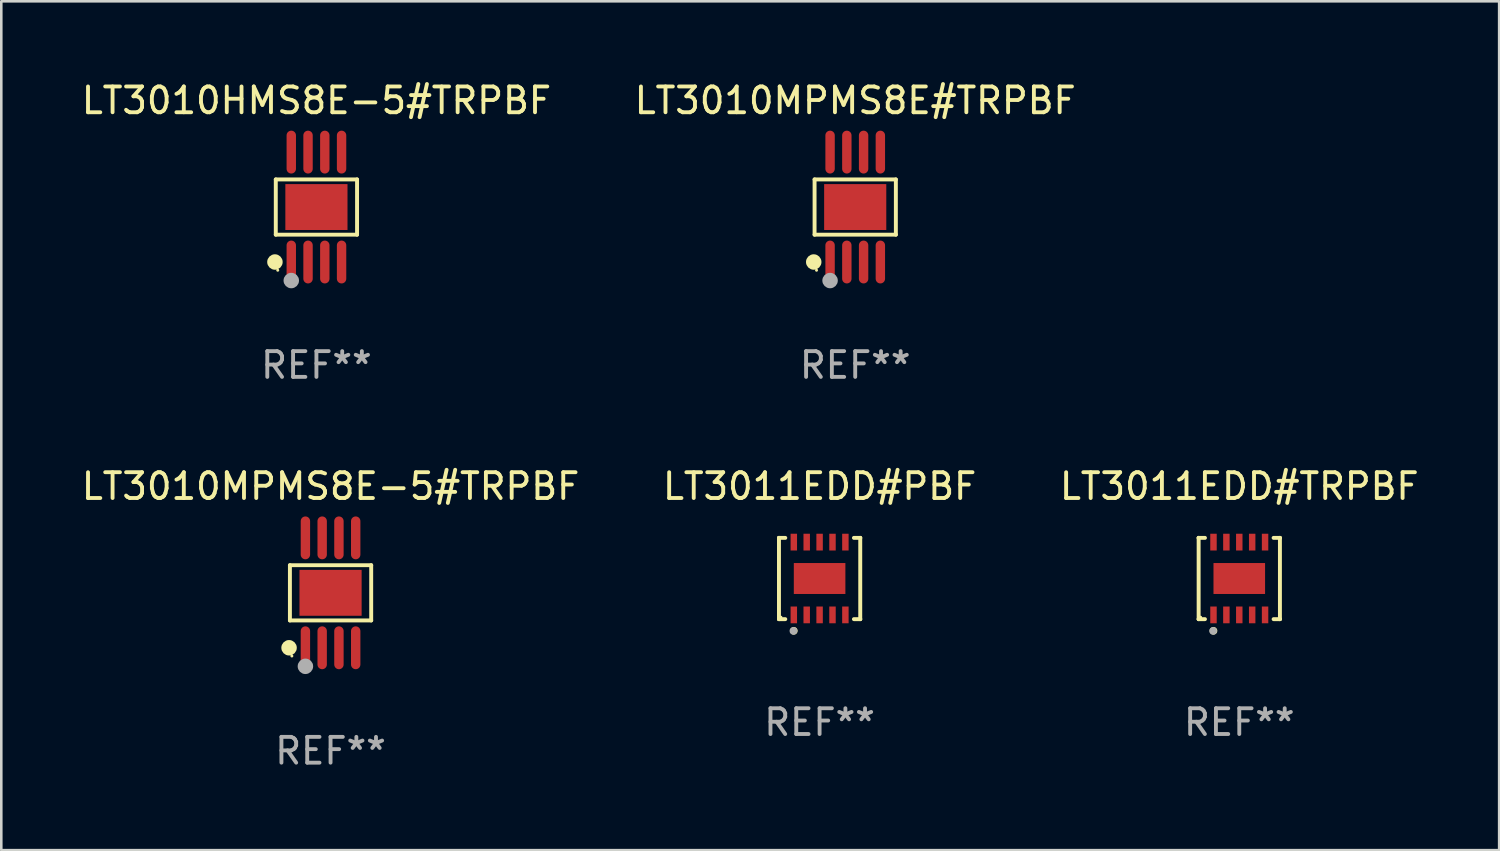
<source format=kicad_pcb>
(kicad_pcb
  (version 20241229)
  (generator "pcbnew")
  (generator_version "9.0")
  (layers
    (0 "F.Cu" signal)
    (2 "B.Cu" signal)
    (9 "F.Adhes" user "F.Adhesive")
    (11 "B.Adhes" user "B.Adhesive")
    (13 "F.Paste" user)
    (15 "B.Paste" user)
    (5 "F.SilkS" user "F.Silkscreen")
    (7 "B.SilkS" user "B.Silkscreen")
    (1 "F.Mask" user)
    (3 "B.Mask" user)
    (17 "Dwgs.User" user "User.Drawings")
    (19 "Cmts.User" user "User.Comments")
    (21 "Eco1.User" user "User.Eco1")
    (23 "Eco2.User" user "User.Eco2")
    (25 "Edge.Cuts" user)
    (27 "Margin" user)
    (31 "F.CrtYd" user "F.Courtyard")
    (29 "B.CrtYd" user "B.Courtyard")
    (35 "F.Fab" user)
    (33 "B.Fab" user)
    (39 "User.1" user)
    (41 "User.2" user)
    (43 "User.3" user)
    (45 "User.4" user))
  (footprint "LT3011EDD#TRPBF"
    (layer "F.Cu")
    (at 45.006 19.383)
    (property "Reference" "LT3011EDD#TRPBF" (at 0 -3.576 0) (layer "F.SilkS") (effects (font (size 1 1) (thickness 0.15))))
    (attr through_hole)
    (fp_line (start -1.576 -1.576) (end -1.576 -1.576) (stroke (width 0.152) (type solid)) (layer "F.SilkS"))
    (fp_line (start -1.576 -1.576) (end -1.331 -1.576) (stroke (width 0.152) (type solid)) (layer "F.SilkS"))
    (fp_line (start -1.576 1.576) (end -1.576 -1.576) (stroke (width 0.152) (type solid)) (layer "F.SilkS"))
    (fp_line (start -1.576 1.576) (end -1.576 1.576) (stroke (width 0.152) (type solid)) (layer "F.SilkS"))
    (fp_line (start -1.331 1.576) (end -1.576 1.576) (stroke (width 0.152) (type solid)) (layer "F.SilkS"))
    (fp_line (start 1.331 1.576) (end 1.576 1.576) (stroke (width 0.152) (type solid)) (layer "F.SilkS"))
    (fp_line (start 1.576 -1.576) (end 1.331 -1.576) (stroke (width 0.152) (type solid)) (layer "F.SilkS"))
    (fp_line (start 1.576 -1.576) (end 1.576 -1.576) (stroke (width 0.152) (type solid)) (layer "F.SilkS"))
    (fp_line (start 1.576 1.576) (end 1.576 -1.576) (stroke (width 0.152) (type solid)) (layer "F.SilkS"))
    (fp_line (start 1.576 1.576) (end 1.576 1.576) (stroke (width 0.152) (type solid)) (layer "F.SilkS"))
    (fp_circle (center -1.5 1.5) (end -1.47 1.5) (stroke (width 0.06) (type solid)) (fill no) (layer "F.SilkS"))
    (fp_circle (center -1 2.028) (end -0.925 2.028) (stroke (width 0.15) (type solid)) (fill no) (layer "F.SilkS"))
    (fp_circle (center -1.016 2.032) (end -0.941 2.032) (stroke (width 0.15) (type solid)) (fill no) (layer "F.Fab"))
    (fp_text user "REF**" (at 0 5.576 0) (layer "F.Fab") (effects (font (size 1 1) (thickness 0.15))))
    (pad "1" smd rect (at -1 1.411) (size 0.25 0.65) (layers "F.Cu" "F.Mask" "F.Paste"))
    (pad "2" smd rect (at -0.5 1.411) (size 0.25 0.65) (layers "F.Cu" "F.Mask" "F.Paste"))
    (pad "3" smd rect (at 0 1.411) (size 0.25 0.65) (layers "F.Cu" "F.Mask" "F.Paste"))
    (pad "4" smd rect (at 0.5 1.411) (size 0.25 0.65) (layers "F.Cu" "F.Mask" "F.Paste"))
    (pad "5" smd rect (at 1 1.411) (size 0.25 0.65) (layers "F.Cu" "F.Mask" "F.Paste"))
    (pad "6" smd rect (at 1 -1.411) (size 0.25 0.65) (layers "F.Cu" "F.Mask" "F.Paste"))
    (pad "7" smd rect (at 0.5 -1.411) (size 0.25 0.65) (layers "F.Cu" "F.Mask" "F.Paste"))
    (pad "8" smd rect (at 0 -1.411) (size 0.25 0.65) (layers "F.Cu" "F.Mask" "F.Paste"))
    (pad "9" smd rect (at -0.5 -1.411) (size 0.25 0.65) (layers "F.Cu" "F.Mask" "F.Paste"))
    (pad "10" smd rect (at -1 -1.411) (size 0.25 0.65) (layers "F.Cu" "F.Mask" "F.Paste"))
    (pad "11" smd rect (at 0 0) (size 2 1.2) (layers "F.Cu" "F.Mask" "F.Paste")))
  (footprint "LT3010MPMS8E#TRPBF"
    (layer "F.Cu")
    (at 30.113 4.979)
    (property "Reference" "LT3010MPMS8E#TRPBF" (at 0 -4.131 0) (layer "F.SilkS") (effects (font (size 1 1) (thickness 0.15))))
    (attr through_hole)
    (fp_line (start -1.576 -1.071) (end 1.576 -1.071) (stroke (width 0.152) (type solid)) (layer "F.SilkS"))
    (fp_line (start -1.576 1.071) (end -1.576 -1.071) (stroke (width 0.152) (type solid)) (layer "F.SilkS"))
    (fp_line (start 1.576 -1.071) (end 1.576 1.071) (stroke (width 0.152) (type solid)) (layer "F.SilkS"))
    (fp_line (start 1.576 1.071) (end -1.576 1.071) (stroke (width 0.152) (type solid)) (layer "F.SilkS"))
    (fp_circle (center -1.609 2.131) (end -1.459 2.131) (stroke (width 0.3) (type solid)) (fill no) (layer "F.SilkS"))
    (fp_circle (center -1.5 2.45) (end -1.47 2.45) (stroke (width 0.06) (type solid)) (fill no) (layer "F.SilkS"))
    (fp_circle (center -0.975 2.85) (end -0.825 2.85) (stroke (width 0.3) (type solid)) (fill no) (layer "F.Fab"))
    (fp_text user "REF**" (at 0 6.131 0) (layer "F.Fab") (effects (font (size 1 1) (thickness 0.15))))
    (pad "1" smd oval (at -0.975 2.131) (size 0.364 1.662) (layers "F.Cu" "F.Mask" "F.Paste"))
    (pad "2" smd oval (at -0.325 2.131) (size 0.364 1.662) (layers "F.Cu" "F.Mask" "F.Paste"))
    (pad "3" smd oval (at 0.325 2.131) (size 0.364 1.662) (layers "F.Cu" "F.Mask" "F.Paste"))
    (pad "4" smd oval (at 0.975 2.131) (size 0.364 1.662) (layers "F.Cu" "F.Mask" "F.Paste"))
    (pad "5" smd oval (at 0.975 -2.131) (size 0.364 1.662) (layers "F.Cu" "F.Mask" "F.Paste"))
    (pad "6" smd oval (at 0.325 -2.131) (size 0.364 1.662) (layers "F.Cu" "F.Mask" "F.Paste"))
    (pad "7" smd oval (at -0.325 -2.131) (size 0.364 1.662) (layers "F.Cu" "F.Mask" "F.Paste"))
    (pad "8" smd oval (at -0.975 -2.131) (size 0.364 1.662) (layers "F.Cu" "F.Mask" "F.Paste"))
    (pad "9" smd rect (at 0 0) (size 2.41 1.78) (layers "F.Cu" "F.Mask" "F.Paste")))
  (footprint "LT3010MPMS8E-5#TRPBF"
    (layer "F.Cu")
    (at 9.768 19.938)
    (property "Reference" "LT3010MPMS8E-5#TRPBF" (at 0 -4.131 0) (layer "F.SilkS") (effects (font (size 1 1) (thickness 0.15))))
    (attr through_hole)
    (fp_line (start -1.576 -1.071) (end 1.576 -1.071) (stroke (width 0.152) (type solid)) (layer "F.SilkS"))
    (fp_line (start -1.576 1.071) (end -1.576 -1.071) (stroke (width 0.152) (type solid)) (layer "F.SilkS"))
    (fp_line (start 1.576 -1.071) (end 1.576 1.071) (stroke (width 0.152) (type solid)) (layer "F.SilkS"))
    (fp_line (start 1.576 1.071) (end -1.576 1.071) (stroke (width 0.152) (type solid)) (layer "F.SilkS"))
    (fp_circle (center -1.609 2.131) (end -1.459 2.131) (stroke (width 0.3) (type solid)) (fill no) (layer "F.SilkS"))
    (fp_circle (center -1.5 2.45) (end -1.47 2.45) (stroke (width 0.06) (type solid)) (fill no) (layer "F.SilkS"))
    (fp_circle (center -0.975 2.85) (end -0.825 2.85) (stroke (width 0.3) (type solid)) (fill no) (layer "F.Fab"))
    (fp_text user "REF**" (at 0 6.131 0) (layer "F.Fab") (effects (font (size 1 1) (thickness 0.15))))
    (pad "1" smd oval (at -0.975 2.131) (size 0.364 1.662) (layers "F.Cu" "F.Mask" "F.Paste"))
    (pad "2" smd oval (at -0.325 2.131) (size 0.364 1.662) (layers "F.Cu" "F.Mask" "F.Paste"))
    (pad "3" smd oval (at 0.325 2.131) (size 0.364 1.662) (layers "F.Cu" "F.Mask" "F.Paste"))
    (pad "4" smd oval (at 0.975 2.131) (size 0.364 1.662) (layers "F.Cu" "F.Mask" "F.Paste"))
    (pad "5" smd oval (at 0.975 -2.131) (size 0.364 1.662) (layers "F.Cu" "F.Mask" "F.Paste"))
    (pad "6" smd oval (at 0.325 -2.131) (size 0.364 1.662) (layers "F.Cu" "F.Mask" "F.Paste"))
    (pad "7" smd oval (at -0.325 -2.131) (size 0.364 1.662) (layers "F.Cu" "F.Mask" "F.Paste"))
    (pad "8" smd oval (at -0.975 -2.131) (size 0.364 1.662) (layers "F.Cu" "F.Mask" "F.Paste"))
    (pad "9" smd rect (at 0 0) (size 2.41 1.78) (layers "F.Cu" "F.Mask" "F.Paste")))
  (footprint "LT3011EDD#PBF"
    (layer "F.Cu")
    (at 28.732 19.383)
    (property "Reference" "LT3011EDD#PBF" (at 0 -3.576 0) (layer "F.SilkS") (effects (font (size 1 1) (thickness 0.15))))
    (attr through_hole)
    (fp_line (start -1.576 -1.576) (end -1.576 -1.576) (stroke (width 0.152) (type solid)) (layer "F.SilkS"))
    (fp_line (start -1.576 -1.576) (end -1.331 -1.576) (stroke (width 0.152) (type solid)) (layer "F.SilkS"))
    (fp_line (start -1.576 1.576) (end -1.576 -1.576) (stroke (width 0.152) (type solid)) (layer "F.SilkS"))
    (fp_line (start -1.576 1.576) (end -1.576 1.576) (stroke (width 0.152) (type solid)) (layer "F.SilkS"))
    (fp_line (start -1.331 1.576) (end -1.576 1.576) (stroke (width 0.152) (type solid)) (layer "F.SilkS"))
    (fp_line (start 1.331 1.576) (end 1.576 1.576) (stroke (width 0.152) (type solid)) (layer "F.SilkS"))
    (fp_line (start 1.576 -1.576) (end 1.331 -1.576) (stroke (width 0.152) (type solid)) (layer "F.SilkS"))
    (fp_line (start 1.576 -1.576) (end 1.576 -1.576) (stroke (width 0.152) (type solid)) (layer "F.SilkS"))
    (fp_line (start 1.576 1.576) (end 1.576 -1.576) (stroke (width 0.152) (type solid)) (layer "F.SilkS"))
    (fp_line (start 1.576 1.576) (end 1.576 1.576) (stroke (width 0.152) (type solid)) (layer "F.SilkS"))
    (fp_circle (center -1.5 1.5) (end -1.47 1.5) (stroke (width 0.06) (type solid)) (fill no) (layer "F.SilkS"))
    (fp_circle (center -1 2.028) (end -0.925 2.028) (stroke (width 0.15) (type solid)) (fill no) (layer "F.SilkS"))
    (fp_circle (center -1.016 2.032) (end -0.941 2.032) (stroke (width 0.15) (type solid)) (fill no) (layer "F.Fab"))
    (fp_text user "REF**" (at 0 5.576 0) (layer "F.Fab") (effects (font (size 1 1) (thickness 0.15))))
    (pad "1" smd rect (at -1 1.411) (size 0.25 0.65) (layers "F.Cu" "F.Mask" "F.Paste"))
    (pad "2" smd rect (at -0.5 1.411) (size 0.25 0.65) (layers "F.Cu" "F.Mask" "F.Paste"))
    (pad "3" smd rect (at 0 1.411) (size 0.25 0.65) (layers "F.Cu" "F.Mask" "F.Paste"))
    (pad "4" smd rect (at 0.5 1.411) (size 0.25 0.65) (layers "F.Cu" "F.Mask" "F.Paste"))
    (pad "5" smd rect (at 1 1.411) (size 0.25 0.65) (layers "F.Cu" "F.Mask" "F.Paste"))
    (pad "6" smd rect (at 1 -1.411) (size 0.25 0.65) (layers "F.Cu" "F.Mask" "F.Paste"))
    (pad "7" smd rect (at 0.5 -1.411) (size 0.25 0.65) (layers "F.Cu" "F.Mask" "F.Paste"))
    (pad "8" smd rect (at 0 -1.411) (size 0.25 0.65) (layers "F.Cu" "F.Mask" "F.Paste"))
    (pad "9" smd rect (at -0.5 -1.411) (size 0.25 0.65) (layers "F.Cu" "F.Mask" "F.Paste"))
    (pad "10" smd rect (at -1 -1.411) (size 0.25 0.65) (layers "F.Cu" "F.Mask" "F.Paste"))
    (pad "11" smd rect (at 0 0) (size 2 1.2) (layers "F.Cu" "F.Mask" "F.Paste")))
  (footprint "LT3010HMS8E-5#TRPBF"
    (layer "F.Cu")
    (at 9.22 4.979)
    (property "Reference" "LT3010HMS8E-5#TRPBF" (at 0 -4.131 0) (layer "F.SilkS") (effects (font (size 1 1) (thickness 0.15))))
    (attr through_hole)
    (fp_line (start -1.576 -1.071) (end 1.576 -1.071) (stroke (width 0.152) (type solid)) (layer "F.SilkS"))
    (fp_line (start -1.576 1.071) (end -1.576 -1.071) (stroke (width 0.152) (type solid)) (layer "F.SilkS"))
    (fp_line (start 1.576 -1.071) (end 1.576 1.071) (stroke (width 0.152) (type solid)) (layer "F.SilkS"))
    (fp_line (start 1.576 1.071) (end -1.576 1.071) (stroke (width 0.152) (type solid)) (layer "F.SilkS"))
    (fp_circle (center -1.609 2.131) (end -1.459 2.131) (stroke (width 0.3) (type solid)) (fill no) (layer "F.SilkS"))
    (fp_circle (center -1.5 2.45) (end -1.47 2.45) (stroke (width 0.06) (type solid)) (fill no) (layer "F.SilkS"))
    (fp_circle (center -0.975 2.85) (end -0.825 2.85) (stroke (width 0.3) (type solid)) (fill no) (layer "F.Fab"))
    (fp_text user "REF**" (at 0 6.131 0) (layer "F.Fab") (effects (font (size 1 1) (thickness 0.15))))
    (pad "1" smd oval (at -0.975 2.131) (size 0.364 1.662) (layers "F.Cu" "F.Mask" "F.Paste"))
    (pad "2" smd oval (at -0.325 2.131) (size 0.364 1.662) (layers "F.Cu" "F.Mask" "F.Paste"))
    (pad "3" smd oval (at 0.325 2.131) (size 0.364 1.662) (layers "F.Cu" "F.Mask" "F.Paste"))
    (pad "4" smd oval (at 0.975 2.131) (size 0.364 1.662) (layers "F.Cu" "F.Mask" "F.Paste"))
    (pad "5" smd oval (at 0.975 -2.131) (size 0.364 1.662) (layers "F.Cu" "F.Mask" "F.Paste"))
    (pad "6" smd oval (at 0.325 -2.131) (size 0.364 1.662) (layers "F.Cu" "F.Mask" "F.Paste"))
    (pad "7" smd oval (at -0.325 -2.131) (size 0.364 1.662) (layers "F.Cu" "F.Mask" "F.Paste"))
    (pad "8" smd oval (at -0.975 -2.131) (size 0.364 1.662) (layers "F.Cu" "F.Mask" "F.Paste"))
    (pad "9" smd rect (at 0 0) (size 2.41 1.78) (layers "F.Cu" "F.Mask" "F.Paste")))
  (gr_rect
    (start -3 -3)
    (end 55.083 29.917)
    (stroke (width 0.1) (type default))
    (fill no)
    (layer "Edge.Cuts")))
</source>
